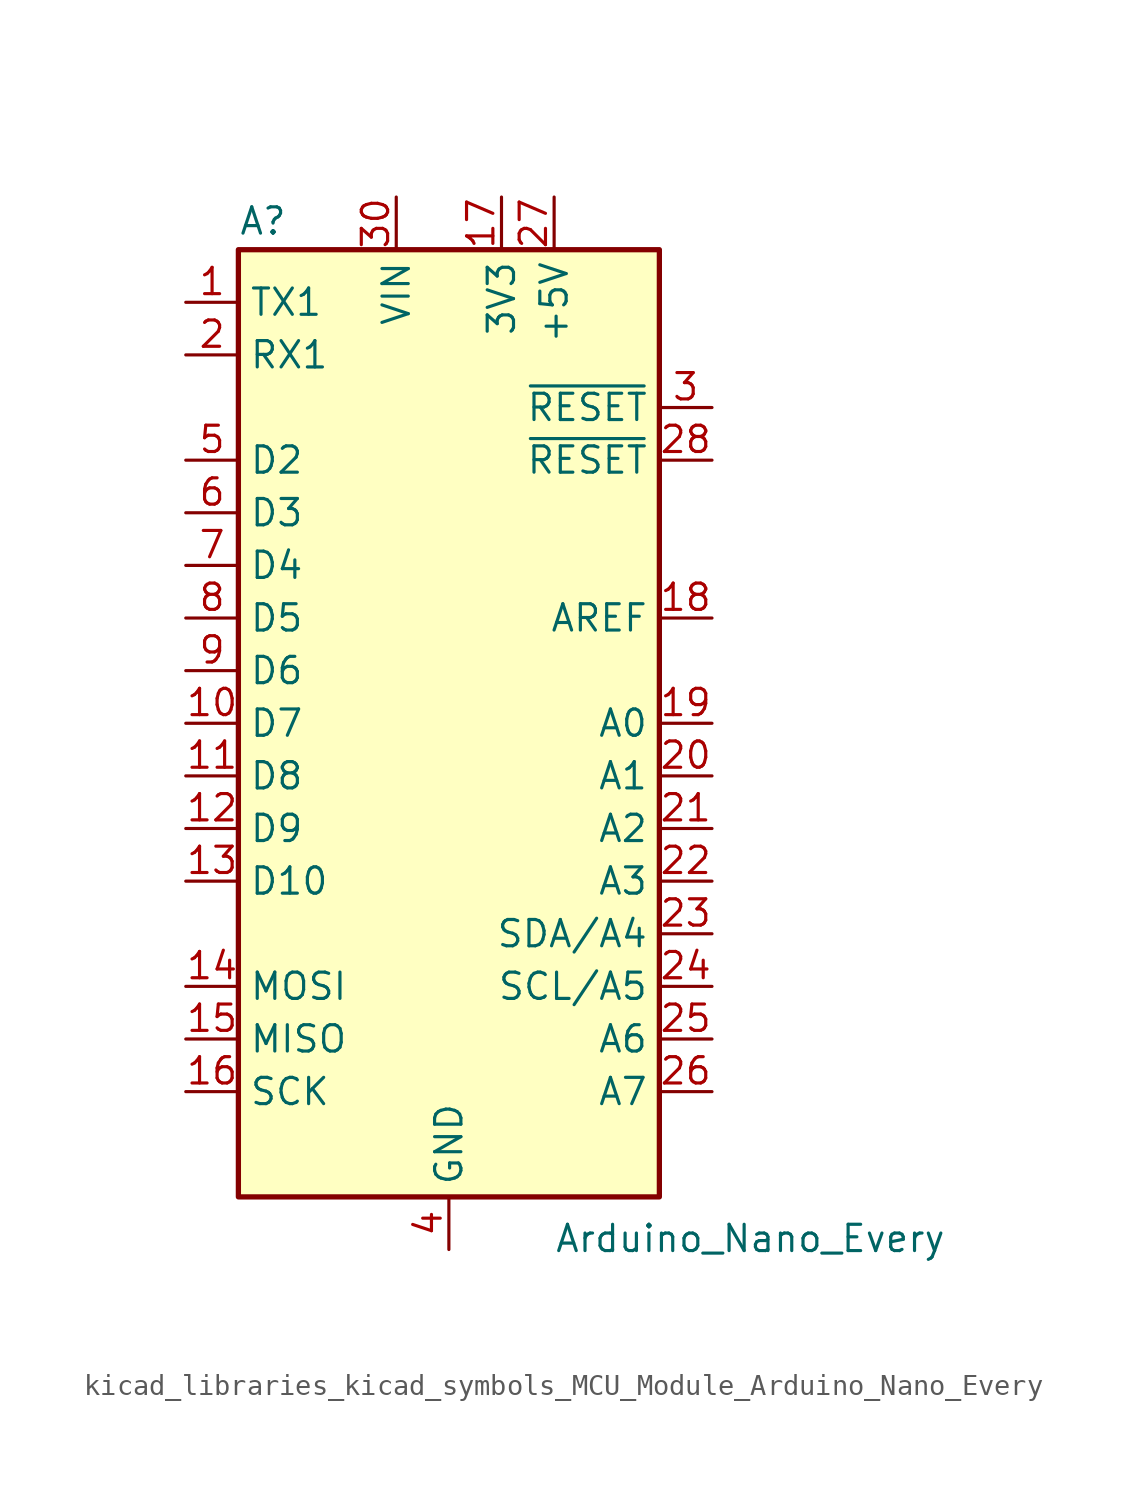
<source format=kicad_sym>
(kicad_symbol_lib
  (version 20220914)
  (generator kicad_symbol_editor)
  (symbol "kicad_libraries_kicad_symbols_MCU_Module_Arduino_Nano_Every"
    (property "Reference" "A"
      (at -10.16 23.495 0)
      (effects (font (size 1.27 1.27)) (justify left bottom)))
    (property "Value" "Arduino_Nano_Every"
      (at 5.08 -24.13 0)
      (effects (font (size 1.27 1.27)) (justify left top)))
    (symbol "kicad_libraries_kicad_symbols_MCU_Module_Arduino_Nano_Every_0_1"
      (rectangle (start -10.16 22.86) (end 10.16 -22.86) (stroke (width 0.254) (type default)) (fill (type background))))
    (symbol "kicad_libraries_kicad_symbols_MCU_Module_Arduino_Nano_Every_1_1"
      (pin bidirectional line (at -12.7 20.32 0) (length 2.54) (name "TX1" (effects (font (size 1.27 1.27)))) (number "1" (effects (font (size 1.27 1.27)))))
      (pin bidirectional line (at -12.7 0 0) (length 2.54) (name "D7" (effects (font (size 1.27 1.27)))) (number "10" (effects (font (size 1.27 1.27)))))
      (pin bidirectional line (at -12.7 -2.54 0) (length 2.54) (name "D8" (effects (font (size 1.27 1.27)))) (number "11" (effects (font (size 1.27 1.27)))))
      (pin bidirectional line (at -12.7 -5.08 0) (length 2.54) (name "D9" (effects (font (size 1.27 1.27)))) (number "12" (effects (font (size 1.27 1.27)))))
      (pin bidirectional line (at -12.7 -7.62 0) (length 2.54) (name "D10" (effects (font (size 1.27 1.27)))) (number "13" (effects (font (size 1.27 1.27)))))
      (pin bidirectional line (at -12.7 -12.7 0) (length 2.54) (name "MOSI" (effects (font (size 1.27 1.27)))) (number "14" (effects (font (size 1.27 1.27)))))
      (pin bidirectional line (at -12.7 -15.24 0) (length 2.54) (name "MISO" (effects (font (size 1.27 1.27)))) (number "15" (effects (font (size 1.27 1.27)))))
      (pin bidirectional line (at -12.7 -17.78 0) (length 2.54) (name "SCK" (effects (font (size 1.27 1.27)))) (number "16" (effects (font (size 1.27 1.27)))))
      (pin power_out line (at 2.54 25.4 270) (length 2.54) (name "3V3" (effects (font (size 1.27 1.27)))) (number "17" (effects (font (size 1.27 1.27)))))
      (pin input line (at 12.7 5.08 180) (length 2.54) (name "AREF" (effects (font (size 1.27 1.27)))) (number "18" (effects (font (size 1.27 1.27)))))
      (pin bidirectional line (at 12.7 0 180) (length 2.54) (name "A0" (effects (font (size 1.27 1.27)))) (number "19" (effects (font (size 1.27 1.27)))))
      (pin bidirectional line (at -12.7 17.78 0) (length 2.54) (name "RX1" (effects (font (size 1.27 1.27)))) (number "2" (effects (font (size 1.27 1.27)))))
      (pin bidirectional line (at 12.7 -2.54 180) (length 2.54) (name "A1" (effects (font (size 1.27 1.27)))) (number "20" (effects (font (size 1.27 1.27)))))
      (pin bidirectional line (at 12.7 -5.08 180) (length 2.54) (name "A2" (effects (font (size 1.27 1.27)))) (number "21" (effects (font (size 1.27 1.27)))))
      (pin bidirectional line (at 12.7 -7.62 180) (length 2.54) (name "A3" (effects (font (size 1.27 1.27)))) (number "22" (effects (font (size 1.27 1.27)))))
      (pin bidirectional line (at 12.7 -10.16 180) (length 2.54) (name "SDA/A4" (effects (font (size 1.27 1.27)))) (number "23" (effects (font (size 1.27 1.27)))))
      (pin bidirectional line (at 12.7 -12.7 180) (length 2.54) (name "SCL/A5" (effects (font (size 1.27 1.27)))) (number "24" (effects (font (size 1.27 1.27)))))
      (pin bidirectional line (at 12.7 -15.24 180) (length 2.54) (name "A6" (effects (font (size 1.27 1.27)))) (number "25" (effects (font (size 1.27 1.27)))))
      (pin bidirectional line (at 12.7 -17.78 180) (length 2.54) (name "A7" (effects (font (size 1.27 1.27)))) (number "26" (effects (font (size 1.27 1.27)))))
      (pin power_out line (at 5.08 25.4 270) (length 2.54) (name "+5V" (effects (font (size 1.27 1.27)))) (number "27" (effects (font (size 1.27 1.27)))))
      (pin input line (at 12.7 12.7 180) (length 2.54) (name "~{RESET}" (effects (font (size 1.27 1.27)))) (number "28" (effects (font (size 1.27 1.27)))))
      (pin passive line (at 0 -25.4 90) (length 2.54) hide (name "GND" (effects (font (size 1.27 1.27)))) (number "29" (effects (font (size 1.27 1.27)))))
      (pin input line (at 12.7 15.24 180) (length 2.54) (name "~{RESET}" (effects (font (size 1.27 1.27)))) (number "3" (effects (font (size 1.27 1.27)))))
      (pin power_in line (at -2.54 25.4 270) (length 2.54) (name "VIN" (effects (font (size 1.27 1.27)))) (number "30" (effects (font (size 1.27 1.27)))))
      (pin power_in line (at 0 -25.4 90) (length 2.54) (name "GND" (effects (font (size 1.27 1.27)))) (number "4" (effects (font (size 1.27 1.27)))))
      (pin bidirectional line (at -12.7 12.7 0) (length 2.54) (name "D2" (effects (font (size 1.27 1.27)))) (number "5" (effects (font (size 1.27 1.27)))))
      (pin bidirectional line (at -12.7 10.16 0) (length 2.54) (name "D3" (effects (font (size 1.27 1.27)))) (number "6" (effects (font (size 1.27 1.27)))))
      (pin bidirectional line (at -12.7 7.62 0) (length 2.54) (name "D4" (effects (font (size 1.27 1.27)))) (number "7" (effects (font (size 1.27 1.27)))))
      (pin bidirectional line (at -12.7 5.08 0) (length 2.54) (name "D5" (effects (font (size 1.27 1.27)))) (number "8" (effects (font (size 1.27 1.27)))))
      (pin bidirectional line (at -12.7 2.54 0) (length 2.54) (name "D6" (effects (font (size 1.27 1.27)))) (number "9" (effects (font (size 1.27 1.27))))))))
</source>
